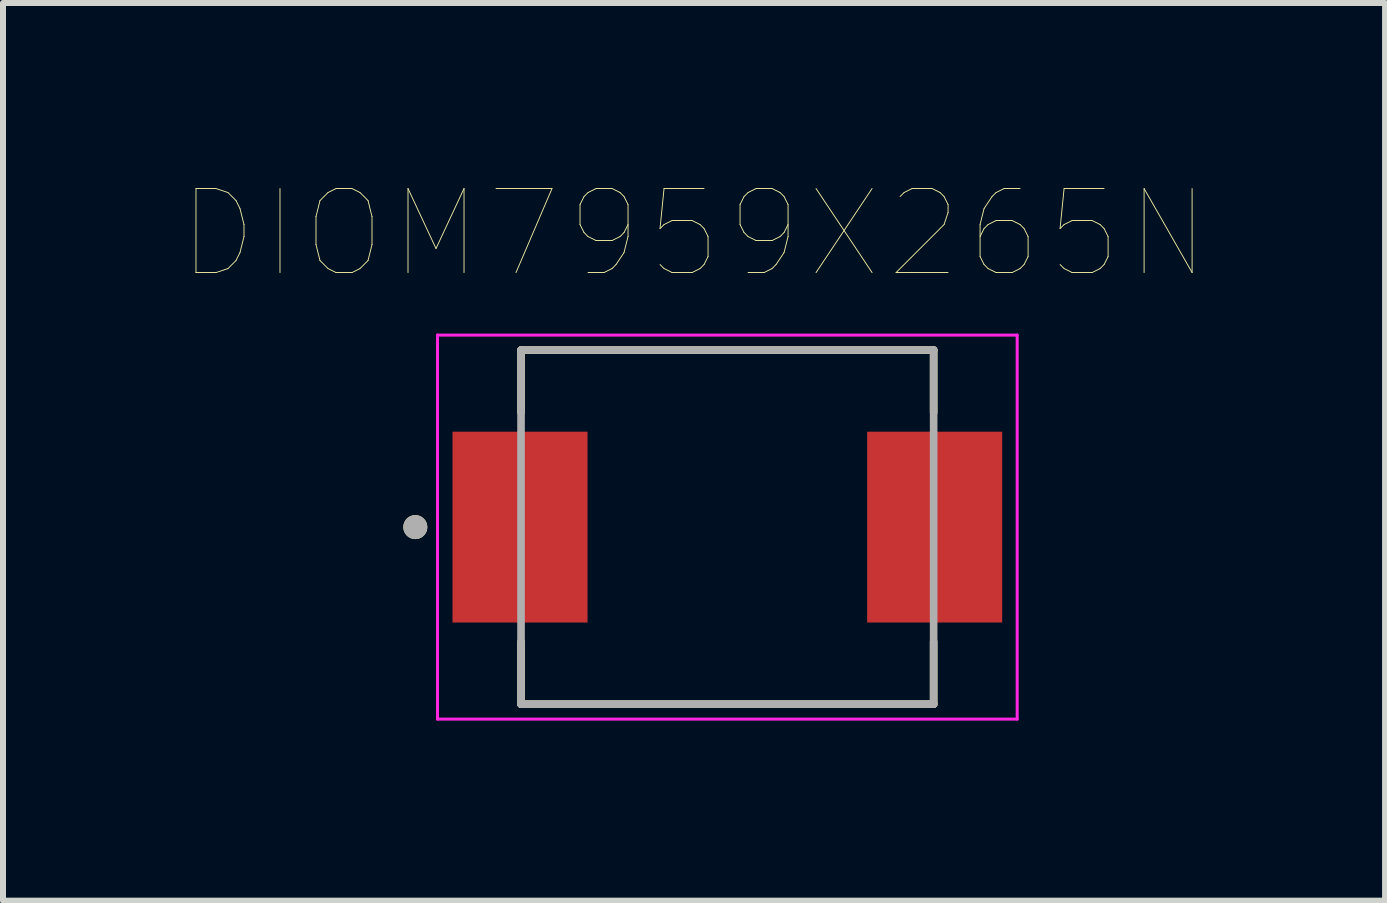
<source format=kicad_pcb>
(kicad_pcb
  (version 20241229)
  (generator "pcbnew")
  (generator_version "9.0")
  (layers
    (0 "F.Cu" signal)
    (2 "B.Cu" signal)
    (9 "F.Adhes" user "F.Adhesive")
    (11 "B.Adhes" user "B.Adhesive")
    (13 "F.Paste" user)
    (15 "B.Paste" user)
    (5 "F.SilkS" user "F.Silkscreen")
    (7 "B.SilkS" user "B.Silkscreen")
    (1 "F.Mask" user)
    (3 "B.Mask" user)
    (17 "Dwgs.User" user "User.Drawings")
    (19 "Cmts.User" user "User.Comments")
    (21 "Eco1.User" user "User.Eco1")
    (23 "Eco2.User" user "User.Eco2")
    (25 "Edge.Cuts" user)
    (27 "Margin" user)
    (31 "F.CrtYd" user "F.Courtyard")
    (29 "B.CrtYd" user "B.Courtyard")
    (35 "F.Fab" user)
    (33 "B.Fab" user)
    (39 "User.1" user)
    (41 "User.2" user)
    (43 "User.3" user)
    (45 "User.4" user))
  (footprint "DIOM7959X265N"
    (layer "F.Cu")
    (at 9.071 5.734)
    (property "Reference" "DIOM7959X265N" (at -0.555 -4.889 0) (layer "F.SilkS") (effects (font (size 1.4 1.4) (thickness 0.015))))
    (attr through_hole)
    (fp_line (start -3.438 -2.95) (end -3.438 -1.91) (stroke (width 0.127) (type solid)) (layer "F.SilkS"))
    (fp_line (start -3.438 1.91) (end -3.438 2.95) (stroke (width 0.127) (type solid)) (layer "F.SilkS"))
    (fp_line (start -3.438 2.95) (end 3.438 2.95) (stroke (width 0.127) (type solid)) (layer "F.SilkS"))
    (fp_line (start 3.438 -2.95) (end -3.438 -2.95) (stroke (width 0.127) (type solid)) (layer "F.SilkS"))
    (fp_line (start 3.438 -1.91) (end 3.438 -2.95) (stroke (width 0.127) (type solid)) (layer "F.SilkS"))
    (fp_line (start 3.438 2.95) (end 3.438 1.91) (stroke (width 0.127) (type solid)) (layer "F.SilkS"))
    (fp_circle (center -5.2 0) (end -5.1 0) (stroke (width 0.2) (type solid)) (fill no) (layer "F.SilkS"))
    (fp_line (start -4.83 -3.2) (end -4.83 3.2) (stroke (width 0.05) (type solid)) (layer "F.CrtYd"))
    (fp_line (start -4.83 3.2) (end 4.83 3.2) (stroke (width 0.05) (type solid)) (layer "F.CrtYd"))
    (fp_line (start 4.83 -3.2) (end -4.83 -3.2) (stroke (width 0.05) (type solid)) (layer "F.CrtYd"))
    (fp_line (start 4.83 3.2) (end 4.83 -3.2) (stroke (width 0.05) (type solid)) (layer "F.CrtYd"))
    (fp_line (start -3.438 -2.95) (end -3.438 2.95) (stroke (width 0.127) (type solid)) (layer "F.Fab"))
    (fp_line (start -3.438 2.95) (end 3.438 2.95) (stroke (width 0.127) (type solid)) (layer "F.Fab"))
    (fp_line (start 3.438 -2.95) (end -3.438 -2.95) (stroke (width 0.127) (type solid)) (layer "F.Fab"))
    (fp_line (start 3.438 2.95) (end 3.438 -2.95) (stroke (width 0.127) (type solid)) (layer "F.Fab"))
    (fp_circle (center -5.2 0) (end -5.1 0) (stroke (width 0.2) (type solid)) (fill no) (layer "F.Fab"))
    (pad "A" smd rect (at 3.455 0) (size 2.25 3.18) (layers "F.Cu" "F.Mask" "F.Paste"))
    (pad "C" smd rect (at -3.455 0) (size 2.25 3.18) (layers "F.Cu" "F.Mask" "F.Paste")))
  (gr_rect
    (start -3 -3)
    (end 20.032 11.959)
    (stroke (width 0.1) (type default))
    (fill no)
    (layer "Edge.Cuts")))
</source>
